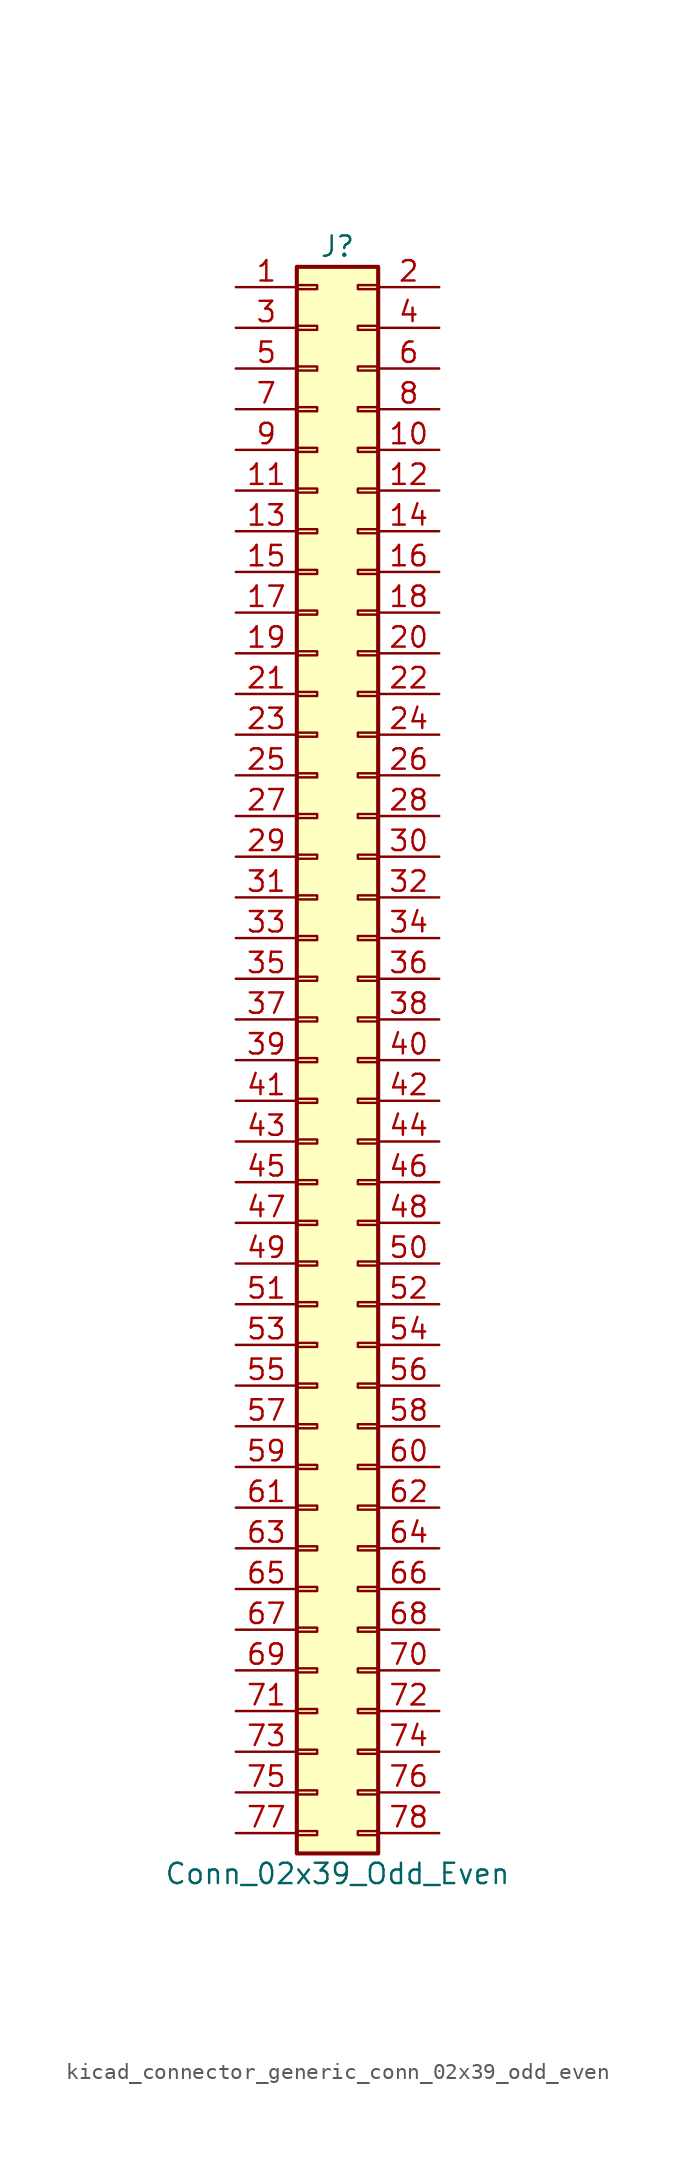
<source format=kicad_sym>
(kicad_symbol_lib
  (version 20220914)
  (generator kicad_symbol_editor)
  (symbol "kicad_connector_generic_conn_02x39_odd_even"
    (pin_names
      (offset 1.016) hide)
    (property "Reference" "J"
      (at 1.27 50.8 0)
      (effects (font (size 1.27 1.27))))
    (property "Value" "Conn_02x39_Odd_Even"
      (at 1.27 -50.8 0)
      (effects (font (size 1.27 1.27))))
    (symbol "kicad_connector_generic_conn_02x39_odd_even_1_1"
      (rectangle (start -1.27 -48.133) (end 0 -48.387) (stroke (width 0.152) (type default)) (fill (type none)))
      (rectangle (start -1.27 -45.593) (end 0 -45.847) (stroke (width 0.152) (type default)) (fill (type none)))
      (rectangle (start -1.27 -43.053) (end 0 -43.307) (stroke (width 0.152) (type default)) (fill (type none)))
      (rectangle (start -1.27 -40.513) (end 0 -40.767) (stroke (width 0.152) (type default)) (fill (type none)))
      (rectangle (start -1.27 -37.973) (end 0 -38.227) (stroke (width 0.152) (type default)) (fill (type none)))
      (rectangle (start -1.27 -35.433) (end 0 -35.687) (stroke (width 0.152) (type default)) (fill (type none)))
      (rectangle (start -1.27 -32.893) (end 0 -33.147) (stroke (width 0.152) (type default)) (fill (type none)))
      (rectangle (start -1.27 -30.353) (end 0 -30.607) (stroke (width 0.152) (type default)) (fill (type none)))
      (rectangle (start -1.27 -27.813) (end 0 -28.067) (stroke (width 0.152) (type default)) (fill (type none)))
      (rectangle (start -1.27 -25.273) (end 0 -25.527) (stroke (width 0.152) (type default)) (fill (type none)))
      (rectangle (start -1.27 -22.733) (end 0 -22.987) (stroke (width 0.152) (type default)) (fill (type none)))
      (rectangle (start -1.27 -20.193) (end 0 -20.447) (stroke (width 0.152) (type default)) (fill (type none)))
      (rectangle (start -1.27 -17.653) (end 0 -17.907) (stroke (width 0.152) (type default)) (fill (type none)))
      (rectangle (start -1.27 -15.113) (end 0 -15.367) (stroke (width 0.152) (type default)) (fill (type none)))
      (rectangle (start -1.27 -12.573) (end 0 -12.827) (stroke (width 0.152) (type default)) (fill (type none)))
      (rectangle (start -1.27 -10.033) (end 0 -10.287) (stroke (width 0.152) (type default)) (fill (type none)))
      (rectangle (start -1.27 -7.493) (end 0 -7.747) (stroke (width 0.152) (type default)) (fill (type none)))
      (rectangle (start -1.27 -4.953) (end 0 -5.207) (stroke (width 0.152) (type default)) (fill (type none)))
      (rectangle (start -1.27 -2.413) (end 0 -2.667) (stroke (width 0.152) (type default)) (fill (type none)))
      (rectangle (start -1.27 0.127) (end 0 -0.127) (stroke (width 0.152) (type default)) (fill (type none)))
      (rectangle (start -1.27 2.667) (end 0 2.413) (stroke (width 0.152) (type default)) (fill (type none)))
      (rectangle (start -1.27 5.207) (end 0 4.953) (stroke (width 0.152) (type default)) (fill (type none)))
      (rectangle (start -1.27 7.747) (end 0 7.493) (stroke (width 0.152) (type default)) (fill (type none)))
      (rectangle (start -1.27 10.287) (end 0 10.033) (stroke (width 0.152) (type default)) (fill (type none)))
      (rectangle (start -1.27 12.827) (end 0 12.573) (stroke (width 0.152) (type default)) (fill (type none)))
      (rectangle (start -1.27 15.367) (end 0 15.113) (stroke (width 0.152) (type default)) (fill (type none)))
      (rectangle (start -1.27 17.907) (end 0 17.653) (stroke (width 0.152) (type default)) (fill (type none)))
      (rectangle (start -1.27 20.447) (end 0 20.193) (stroke (width 0.152) (type default)) (fill (type none)))
      (rectangle (start -1.27 22.987) (end 0 22.733) (stroke (width 0.152) (type default)) (fill (type none)))
      (rectangle (start -1.27 25.527) (end 0 25.273) (stroke (width 0.152) (type default)) (fill (type none)))
      (rectangle (start -1.27 28.067) (end 0 27.813) (stroke (width 0.152) (type default)) (fill (type none)))
      (rectangle (start -1.27 30.607) (end 0 30.353) (stroke (width 0.152) (type default)) (fill (type none)))
      (rectangle (start -1.27 33.147) (end 0 32.893) (stroke (width 0.152) (type default)) (fill (type none)))
      (rectangle (start -1.27 35.687) (end 0 35.433) (stroke (width 0.152) (type default)) (fill (type none)))
      (rectangle (start -1.27 38.227) (end 0 37.973) (stroke (width 0.152) (type default)) (fill (type none)))
      (rectangle (start -1.27 40.767) (end 0 40.513) (stroke (width 0.152) (type default)) (fill (type none)))
      (rectangle (start -1.27 43.307) (end 0 43.053) (stroke (width 0.152) (type default)) (fill (type none)))
      (rectangle (start -1.27 45.847) (end 0 45.593) (stroke (width 0.152) (type default)) (fill (type none)))
      (rectangle (start -1.27 48.387) (end 0 48.133) (stroke (width 0.152) (type default)) (fill (type none)))
      (rectangle (start -1.27 49.53) (end 3.81 -49.53) (stroke (width 0.254) (type default)) (fill (type background)))
      (rectangle (start 3.81 -48.133) (end 2.54 -48.387) (stroke (width 0.152) (type default)) (fill (type none)))
      (rectangle (start 3.81 -45.593) (end 2.54 -45.847) (stroke (width 0.152) (type default)) (fill (type none)))
      (rectangle (start 3.81 -43.053) (end 2.54 -43.307) (stroke (width 0.152) (type default)) (fill (type none)))
      (rectangle (start 3.81 -40.513) (end 2.54 -40.767) (stroke (width 0.152) (type default)) (fill (type none)))
      (rectangle (start 3.81 -37.973) (end 2.54 -38.227) (stroke (width 0.152) (type default)) (fill (type none)))
      (rectangle (start 3.81 -35.433) (end 2.54 -35.687) (stroke (width 0.152) (type default)) (fill (type none)))
      (rectangle (start 3.81 -32.893) (end 2.54 -33.147) (stroke (width 0.152) (type default)) (fill (type none)))
      (rectangle (start 3.81 -30.353) (end 2.54 -30.607) (stroke (width 0.152) (type default)) (fill (type none)))
      (rectangle (start 3.81 -27.813) (end 2.54 -28.067) (stroke (width 0.152) (type default)) (fill (type none)))
      (rectangle (start 3.81 -25.273) (end 2.54 -25.527) (stroke (width 0.152) (type default)) (fill (type none)))
      (rectangle (start 3.81 -22.733) (end 2.54 -22.987) (stroke (width 0.152) (type default)) (fill (type none)))
      (rectangle (start 3.81 -20.193) (end 2.54 -20.447) (stroke (width 0.152) (type default)) (fill (type none)))
      (rectangle (start 3.81 -17.653) (end 2.54 -17.907) (stroke (width 0.152) (type default)) (fill (type none)))
      (rectangle (start 3.81 -15.113) (end 2.54 -15.367) (stroke (width 0.152) (type default)) (fill (type none)))
      (rectangle (start 3.81 -12.573) (end 2.54 -12.827) (stroke (width 0.152) (type default)) (fill (type none)))
      (rectangle (start 3.81 -10.033) (end 2.54 -10.287) (stroke (width 0.152) (type default)) (fill (type none)))
      (rectangle (start 3.81 -7.493) (end 2.54 -7.747) (stroke (width 0.152) (type default)) (fill (type none)))
      (rectangle (start 3.81 -4.953) (end 2.54 -5.207) (stroke (width 0.152) (type default)) (fill (type none)))
      (rectangle (start 3.81 -2.413) (end 2.54 -2.667) (stroke (width 0.152) (type default)) (fill (type none)))
      (rectangle (start 3.81 0.127) (end 2.54 -0.127) (stroke (width 0.152) (type default)) (fill (type none)))
      (rectangle (start 3.81 2.667) (end 2.54 2.413) (stroke (width 0.152) (type default)) (fill (type none)))
      (rectangle (start 3.81 5.207) (end 2.54 4.953) (stroke (width 0.152) (type default)) (fill (type none)))
      (rectangle (start 3.81 7.747) (end 2.54 7.493) (stroke (width 0.152) (type default)) (fill (type none)))
      (rectangle (start 3.81 10.287) (end 2.54 10.033) (stroke (width 0.152) (type default)) (fill (type none)))
      (rectangle (start 3.81 12.827) (end 2.54 12.573) (stroke (width 0.152) (type default)) (fill (type none)))
      (rectangle (start 3.81 15.367) (end 2.54 15.113) (stroke (width 0.152) (type default)) (fill (type none)))
      (rectangle (start 3.81 17.907) (end 2.54 17.653) (stroke (width 0.152) (type default)) (fill (type none)))
      (rectangle (start 3.81 20.447) (end 2.54 20.193) (stroke (width 0.152) (type default)) (fill (type none)))
      (rectangle (start 3.81 22.987) (end 2.54 22.733) (stroke (width 0.152) (type default)) (fill (type none)))
      (rectangle (start 3.81 25.527) (end 2.54 25.273) (stroke (width 0.152) (type default)) (fill (type none)))
      (rectangle (start 3.81 28.067) (end 2.54 27.813) (stroke (width 0.152) (type default)) (fill (type none)))
      (rectangle (start 3.81 30.607) (end 2.54 30.353) (stroke (width 0.152) (type default)) (fill (type none)))
      (rectangle (start 3.81 33.147) (end 2.54 32.893) (stroke (width 0.152) (type default)) (fill (type none)))
      (rectangle (start 3.81 35.687) (end 2.54 35.433) (stroke (width 0.152) (type default)) (fill (type none)))
      (rectangle (start 3.81 38.227) (end 2.54 37.973) (stroke (width 0.152) (type default)) (fill (type none)))
      (rectangle (start 3.81 40.767) (end 2.54 40.513) (stroke (width 0.152) (type default)) (fill (type none)))
      (rectangle (start 3.81 43.307) (end 2.54 43.053) (stroke (width 0.152) (type default)) (fill (type none)))
      (rectangle (start 3.81 45.847) (end 2.54 45.593) (stroke (width 0.152) (type default)) (fill (type none)))
      (rectangle (start 3.81 48.387) (end 2.54 48.133) (stroke (width 0.152) (type default)) (fill (type none)))
      (pin passive line (at -5.08 48.26 0) (length 3.81) (name "Pin_1" (effects (font (size 1.27 1.27)))) (number "1" (effects (font (size 1.27 1.27)))))
      (pin passive line (at 7.62 38.1 180) (length 3.81) (name "Pin_10" (effects (font (size 1.27 1.27)))) (number "10" (effects (font (size 1.27 1.27)))))
      (pin passive line (at -5.08 35.56 0) (length 3.81) (name "Pin_11" (effects (font (size 1.27 1.27)))) (number "11" (effects (font (size 1.27 1.27)))))
      (pin passive line (at 7.62 35.56 180) (length 3.81) (name "Pin_12" (effects (font (size 1.27 1.27)))) (number "12" (effects (font (size 1.27 1.27)))))
      (pin passive line (at -5.08 33.02 0) (length 3.81) (name "Pin_13" (effects (font (size 1.27 1.27)))) (number "13" (effects (font (size 1.27 1.27)))))
      (pin passive line (at 7.62 33.02 180) (length 3.81) (name "Pin_14" (effects (font (size 1.27 1.27)))) (number "14" (effects (font (size 1.27 1.27)))))
      (pin passive line (at -5.08 30.48 0) (length 3.81) (name "Pin_15" (effects (font (size 1.27 1.27)))) (number "15" (effects (font (size 1.27 1.27)))))
      (pin passive line (at 7.62 30.48 180) (length 3.81) (name "Pin_16" (effects (font (size 1.27 1.27)))) (number "16" (effects (font (size 1.27 1.27)))))
      (pin passive line (at -5.08 27.94 0) (length 3.81) (name "Pin_17" (effects (font (size 1.27 1.27)))) (number "17" (effects (font (size 1.27 1.27)))))
      (pin passive line (at 7.62 27.94 180) (length 3.81) (name "Pin_18" (effects (font (size 1.27 1.27)))) (number "18" (effects (font (size 1.27 1.27)))))
      (pin passive line (at -5.08 25.4 0) (length 3.81) (name "Pin_19" (effects (font (size 1.27 1.27)))) (number "19" (effects (font (size 1.27 1.27)))))
      (pin passive line (at 7.62 48.26 180) (length 3.81) (name "Pin_2" (effects (font (size 1.27 1.27)))) (number "2" (effects (font (size 1.27 1.27)))))
      (pin passive line (at 7.62 25.4 180) (length 3.81) (name "Pin_20" (effects (font (size 1.27 1.27)))) (number "20" (effects (font (size 1.27 1.27)))))
      (pin passive line (at -5.08 22.86 0) (length 3.81) (name "Pin_21" (effects (font (size 1.27 1.27)))) (number "21" (effects (font (size 1.27 1.27)))))
      (pin passive line (at 7.62 22.86 180) (length 3.81) (name "Pin_22" (effects (font (size 1.27 1.27)))) (number "22" (effects (font (size 1.27 1.27)))))
      (pin passive line (at -5.08 20.32 0) (length 3.81) (name "Pin_23" (effects (font (size 1.27 1.27)))) (number "23" (effects (font (size 1.27 1.27)))))
      (pin passive line (at 7.62 20.32 180) (length 3.81) (name "Pin_24" (effects (font (size 1.27 1.27)))) (number "24" (effects (font (size 1.27 1.27)))))
      (pin passive line (at -5.08 17.78 0) (length 3.81) (name "Pin_25" (effects (font (size 1.27 1.27)))) (number "25" (effects (font (size 1.27 1.27)))))
      (pin passive line (at 7.62 17.78 180) (length 3.81) (name "Pin_26" (effects (font (size 1.27 1.27)))) (number "26" (effects (font (size 1.27 1.27)))))
      (pin passive line (at -5.08 15.24 0) (length 3.81) (name "Pin_27" (effects (font (size 1.27 1.27)))) (number "27" (effects (font (size 1.27 1.27)))))
      (pin passive line (at 7.62 15.24 180) (length 3.81) (name "Pin_28" (effects (font (size 1.27 1.27)))) (number "28" (effects (font (size 1.27 1.27)))))
      (pin passive line (at -5.08 12.7 0) (length 3.81) (name "Pin_29" (effects (font (size 1.27 1.27)))) (number "29" (effects (font (size 1.27 1.27)))))
      (pin passive line (at -5.08 45.72 0) (length 3.81) (name "Pin_3" (effects (font (size 1.27 1.27)))) (number "3" (effects (font (size 1.27 1.27)))))
      (pin passive line (at 7.62 12.7 180) (length 3.81) (name "Pin_30" (effects (font (size 1.27 1.27)))) (number "30" (effects (font (size 1.27 1.27)))))
      (pin passive line (at -5.08 10.16 0) (length 3.81) (name "Pin_31" (effects (font (size 1.27 1.27)))) (number "31" (effects (font (size 1.27 1.27)))))
      (pin passive line (at 7.62 10.16 180) (length 3.81) (name "Pin_32" (effects (font (size 1.27 1.27)))) (number "32" (effects (font (size 1.27 1.27)))))
      (pin passive line (at -5.08 7.62 0) (length 3.81) (name "Pin_33" (effects (font (size 1.27 1.27)))) (number "33" (effects (font (size 1.27 1.27)))))
      (pin passive line (at 7.62 7.62 180) (length 3.81) (name "Pin_34" (effects (font (size 1.27 1.27)))) (number "34" (effects (font (size 1.27 1.27)))))
      (pin passive line (at -5.08 5.08 0) (length 3.81) (name "Pin_35" (effects (font (size 1.27 1.27)))) (number "35" (effects (font (size 1.27 1.27)))))
      (pin passive line (at 7.62 5.08 180) (length 3.81) (name "Pin_36" (effects (font (size 1.27 1.27)))) (number "36" (effects (font (size 1.27 1.27)))))
      (pin passive line (at -5.08 2.54 0) (length 3.81) (name "Pin_37" (effects (font (size 1.27 1.27)))) (number "37" (effects (font (size 1.27 1.27)))))
      (pin passive line (at 7.62 2.54 180) (length 3.81) (name "Pin_38" (effects (font (size 1.27 1.27)))) (number "38" (effects (font (size 1.27 1.27)))))
      (pin passive line (at -5.08 0 0) (length 3.81) (name "Pin_39" (effects (font (size 1.27 1.27)))) (number "39" (effects (font (size 1.27 1.27)))))
      (pin passive line (at 7.62 45.72 180) (length 3.81) (name "Pin_4" (effects (font (size 1.27 1.27)))) (number "4" (effects (font (size 1.27 1.27)))))
      (pin passive line (at 7.62 0 180) (length 3.81) (name "Pin_40" (effects (font (size 1.27 1.27)))) (number "40" (effects (font (size 1.27 1.27)))))
      (pin passive line (at -5.08 -2.54 0) (length 3.81) (name "Pin_41" (effects (font (size 1.27 1.27)))) (number "41" (effects (font (size 1.27 1.27)))))
      (pin passive line (at 7.62 -2.54 180) (length 3.81) (name "Pin_42" (effects (font (size 1.27 1.27)))) (number "42" (effects (font (size 1.27 1.27)))))
      (pin passive line (at -5.08 -5.08 0) (length 3.81) (name "Pin_43" (effects (font (size 1.27 1.27)))) (number "43" (effects (font (size 1.27 1.27)))))
      (pin passive line (at 7.62 -5.08 180) (length 3.81) (name "Pin_44" (effects (font (size 1.27 1.27)))) (number "44" (effects (font (size 1.27 1.27)))))
      (pin passive line (at -5.08 -7.62 0) (length 3.81) (name "Pin_45" (effects (font (size 1.27 1.27)))) (number "45" (effects (font (size 1.27 1.27)))))
      (pin passive line (at 7.62 -7.62 180) (length 3.81) (name "Pin_46" (effects (font (size 1.27 1.27)))) (number "46" (effects (font (size 1.27 1.27)))))
      (pin passive line (at -5.08 -10.16 0) (length 3.81) (name "Pin_47" (effects (font (size 1.27 1.27)))) (number "47" (effects (font (size 1.27 1.27)))))
      (pin passive line (at 7.62 -10.16 180) (length 3.81) (name "Pin_48" (effects (font (size 1.27 1.27)))) (number "48" (effects (font (size 1.27 1.27)))))
      (pin passive line (at -5.08 -12.7 0) (length 3.81) (name "Pin_49" (effects (font (size 1.27 1.27)))) (number "49" (effects (font (size 1.27 1.27)))))
      (pin passive line (at -5.08 43.18 0) (length 3.81) (name "Pin_5" (effects (font (size 1.27 1.27)))) (number "5" (effects (font (size 1.27 1.27)))))
      (pin passive line (at 7.62 -12.7 180) (length 3.81) (name "Pin_50" (effects (font (size 1.27 1.27)))) (number "50" (effects (font (size 1.27 1.27)))))
      (pin passive line (at -5.08 -15.24 0) (length 3.81) (name "Pin_51" (effects (font (size 1.27 1.27)))) (number "51" (effects (font (size 1.27 1.27)))))
      (pin passive line (at 7.62 -15.24 180) (length 3.81) (name "Pin_52" (effects (font (size 1.27 1.27)))) (number "52" (effects (font (size 1.27 1.27)))))
      (pin passive line (at -5.08 -17.78 0) (length 3.81) (name "Pin_53" (effects (font (size 1.27 1.27)))) (number "53" (effects (font (size 1.27 1.27)))))
      (pin passive line (at 7.62 -17.78 180) (length 3.81) (name "Pin_54" (effects (font (size 1.27 1.27)))) (number "54" (effects (font (size 1.27 1.27)))))
      (pin passive line (at -5.08 -20.32 0) (length 3.81) (name "Pin_55" (effects (font (size 1.27 1.27)))) (number "55" (effects (font (size 1.27 1.27)))))
      (pin passive line (at 7.62 -20.32 180) (length 3.81) (name "Pin_56" (effects (font (size 1.27 1.27)))) (number "56" (effects (font (size 1.27 1.27)))))
      (pin passive line (at -5.08 -22.86 0) (length 3.81) (name "Pin_57" (effects (font (size 1.27 1.27)))) (number "57" (effects (font (size 1.27 1.27)))))
      (pin passive line (at 7.62 -22.86 180) (length 3.81) (name "Pin_58" (effects (font (size 1.27 1.27)))) (number "58" (effects (font (size 1.27 1.27)))))
      (pin passive line (at -5.08 -25.4 0) (length 3.81) (name "Pin_59" (effects (font (size 1.27 1.27)))) (number "59" (effects (font (size 1.27 1.27)))))
      (pin passive line (at 7.62 43.18 180) (length 3.81) (name "Pin_6" (effects (font (size 1.27 1.27)))) (number "6" (effects (font (size 1.27 1.27)))))
      (pin passive line (at 7.62 -25.4 180) (length 3.81) (name "Pin_60" (effects (font (size 1.27 1.27)))) (number "60" (effects (font (size 1.27 1.27)))))
      (pin passive line (at -5.08 -27.94 0) (length 3.81) (name "Pin_61" (effects (font (size 1.27 1.27)))) (number "61" (effects (font (size 1.27 1.27)))))
      (pin passive line (at 7.62 -27.94 180) (length 3.81) (name "Pin_62" (effects (font (size 1.27 1.27)))) (number "62" (effects (font (size 1.27 1.27)))))
      (pin passive line (at -5.08 -30.48 0) (length 3.81) (name "Pin_63" (effects (font (size 1.27 1.27)))) (number "63" (effects (font (size 1.27 1.27)))))
      (pin passive line (at 7.62 -30.48 180) (length 3.81) (name "Pin_64" (effects (font (size 1.27 1.27)))) (number "64" (effects (font (size 1.27 1.27)))))
      (pin passive line (at -5.08 -33.02 0) (length 3.81) (name "Pin_65" (effects (font (size 1.27 1.27)))) (number "65" (effects (font (size 1.27 1.27)))))
      (pin passive line (at 7.62 -33.02 180) (length 3.81) (name "Pin_66" (effects (font (size 1.27 1.27)))) (number "66" (effects (font (size 1.27 1.27)))))
      (pin passive line (at -5.08 -35.56 0) (length 3.81) (name "Pin_67" (effects (font (size 1.27 1.27)))) (number "67" (effects (font (size 1.27 1.27)))))
      (pin passive line (at 7.62 -35.56 180) (length 3.81) (name "Pin_68" (effects (font (size 1.27 1.27)))) (number "68" (effects (font (size 1.27 1.27)))))
      (pin passive line (at -5.08 -38.1 0) (length 3.81) (name "Pin_69" (effects (font (size 1.27 1.27)))) (number "69" (effects (font (size 1.27 1.27)))))
      (pin passive line (at -5.08 40.64 0) (length 3.81) (name "Pin_7" (effects (font (size 1.27 1.27)))) (number "7" (effects (font (size 1.27 1.27)))))
      (pin passive line (at 7.62 -38.1 180) (length 3.81) (name "Pin_70" (effects (font (size 1.27 1.27)))) (number "70" (effects (font (size 1.27 1.27)))))
      (pin passive line (at -5.08 -40.64 0) (length 3.81) (name "Pin_71" (effects (font (size 1.27 1.27)))) (number "71" (effects (font (size 1.27 1.27)))))
      (pin passive line (at 7.62 -40.64 180) (length 3.81) (name "Pin_72" (effects (font (size 1.27 1.27)))) (number "72" (effects (font (size 1.27 1.27)))))
      (pin passive line (at -5.08 -43.18 0) (length 3.81) (name "Pin_73" (effects (font (size 1.27 1.27)))) (number "73" (effects (font (size 1.27 1.27)))))
      (pin passive line (at 7.62 -43.18 180) (length 3.81) (name "Pin_74" (effects (font (size 1.27 1.27)))) (number "74" (effects (font (size 1.27 1.27)))))
      (pin passive line (at -5.08 -45.72 0) (length 3.81) (name "Pin_75" (effects (font (size 1.27 1.27)))) (number "75" (effects (font (size 1.27 1.27)))))
      (pin passive line (at 7.62 -45.72 180) (length 3.81) (name "Pin_76" (effects (font (size 1.27 1.27)))) (number "76" (effects (font (size 1.27 1.27)))))
      (pin passive line (at -5.08 -48.26 0) (length 3.81) (name "Pin_77" (effects (font (size 1.27 1.27)))) (number "77" (effects (font (size 1.27 1.27)))))
      (pin passive line (at 7.62 -48.26 180) (length 3.81) (name "Pin_78" (effects (font (size 1.27 1.27)))) (number "78" (effects (font (size 1.27 1.27)))))
      (pin passive line (at 7.62 40.64 180) (length 3.81) (name "Pin_8" (effects (font (size 1.27 1.27)))) (number "8" (effects (font (size 1.27 1.27)))))
      (pin passive line (at -5.08 38.1 0) (length 3.81) (name "Pin_9" (effects (font (size 1.27 1.27)))) (number "9" (effects (font (size 1.27 1.27))))))))
</source>
